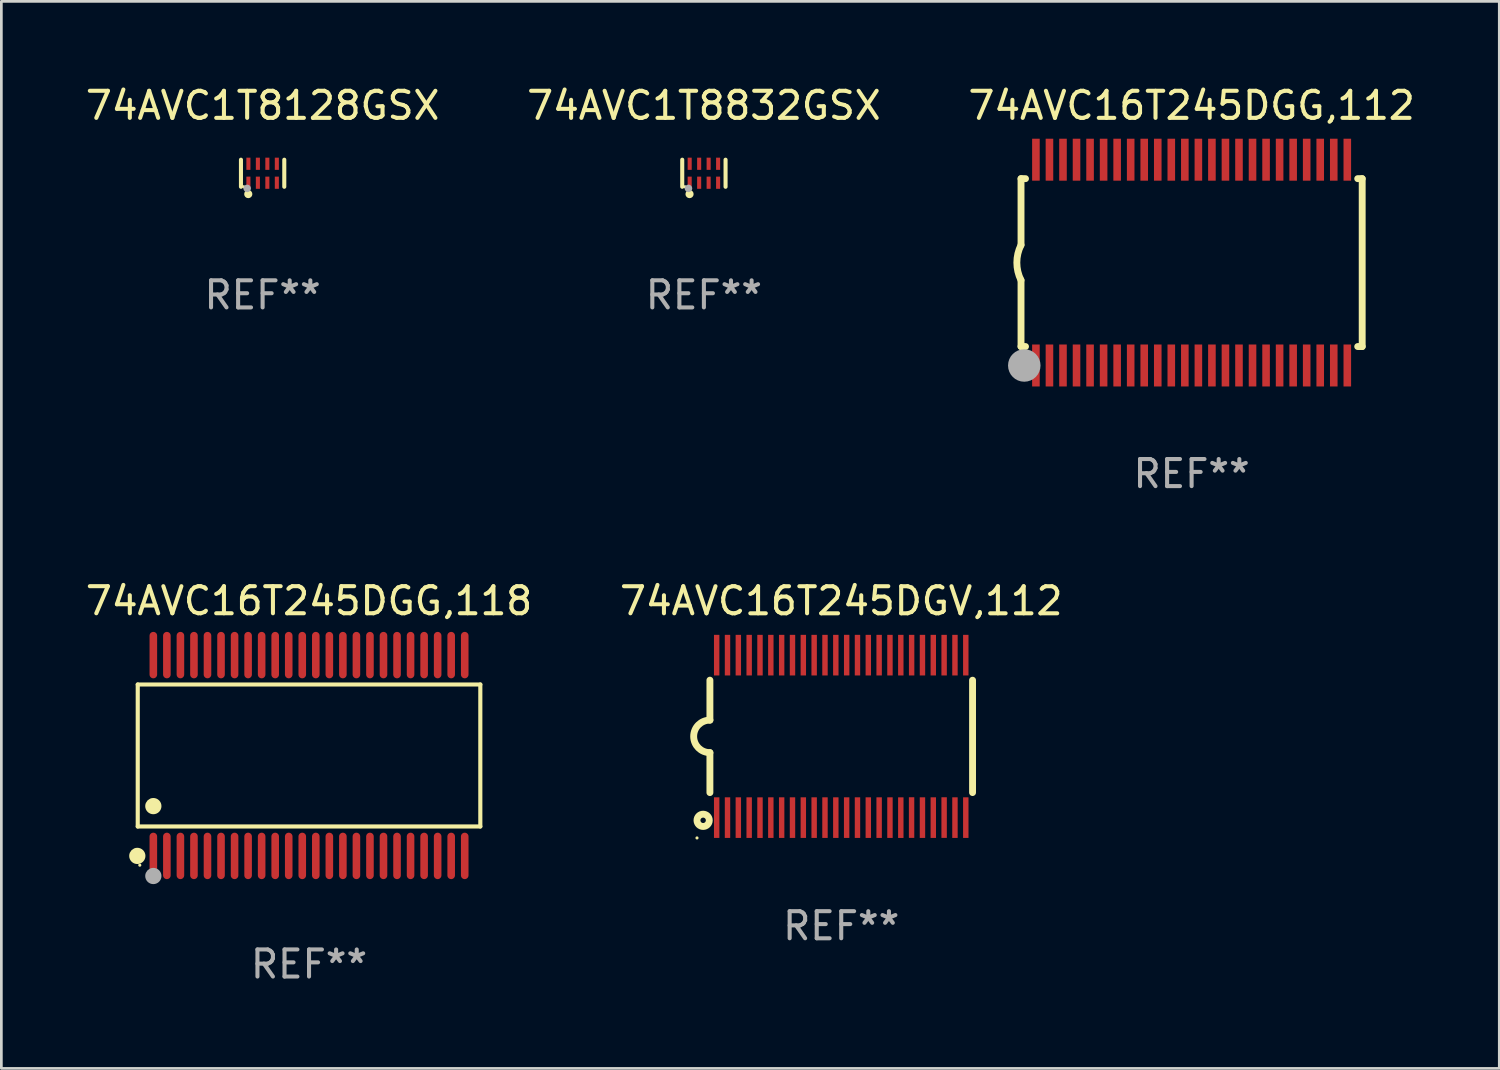
<source format=kicad_pcb>
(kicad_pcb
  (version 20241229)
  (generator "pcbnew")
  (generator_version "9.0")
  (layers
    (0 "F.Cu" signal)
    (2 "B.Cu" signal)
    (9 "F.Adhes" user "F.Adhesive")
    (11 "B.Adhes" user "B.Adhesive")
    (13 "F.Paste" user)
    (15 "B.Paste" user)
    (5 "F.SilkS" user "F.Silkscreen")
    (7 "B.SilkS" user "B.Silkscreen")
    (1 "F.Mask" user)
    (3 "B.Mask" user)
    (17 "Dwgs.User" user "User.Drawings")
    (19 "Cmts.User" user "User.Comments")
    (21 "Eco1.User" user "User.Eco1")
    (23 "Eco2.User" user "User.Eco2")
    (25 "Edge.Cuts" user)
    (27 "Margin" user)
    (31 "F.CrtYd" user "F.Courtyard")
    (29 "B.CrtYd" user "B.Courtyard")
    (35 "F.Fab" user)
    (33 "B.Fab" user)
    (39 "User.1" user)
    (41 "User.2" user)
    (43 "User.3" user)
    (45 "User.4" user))
  (footprint "74AVC16T245DGG,112"
    (layer "F.Cu")
    (at 40.958 6.648)
    (property "Reference" "74AVC16T245DGG,112" (at 0 -5.8 0) (layer "F.SilkS") (effects (font (size 1 1) (thickness 0.15))))
    (attr through_hole)
    (fp_line (start -6.3 -3.1) (end -6.3 -0.65) (stroke (width 0.254) (type solid)) (layer "F.SilkS"))
    (fp_line (start -6.3 -3.1) (end -6.134 -3.1) (stroke (width 0.254) (type solid)) (layer "F.SilkS"))
    (fp_line (start -6.3 3.1) (end -6.3 0.65) (stroke (width 0.254) (type solid)) (layer "F.SilkS"))
    (fp_line (start -6.3 3.1) (end -6.134 3.1) (stroke (width 0.254) (type solid)) (layer "F.SilkS"))
    (fp_line (start 6.134 -3.1) (end 6.3 -3.1) (stroke (width 0.254) (type solid)) (layer "F.SilkS"))
    (fp_line (start 6.134 3.1) (end 6.3 3.1) (stroke (width 0.254) (type solid)) (layer "F.SilkS"))
    (fp_line (start 6.3 -3.1) (end 6.3 3.1) (stroke (width 0.254) (type solid)) (layer "F.SilkS"))
    (fp_arc (start -6.301016 0.650114) (mid -6.45413 -0.000082) (end -6.3 -0.650038) (stroke (width 0.254001) (type solid)) (layer "F.SilkS"))
    (fp_circle (center -6.35 3.81) (end -6.223 3.81) (stroke (width 0.254) (type solid)) (fill no) (layer "F.SilkS"))
    (fp_circle (center -6.25 4.05) (end -6.22 4.05) (stroke (width 0.06) (type solid)) (fill no) (layer "F.SilkS"))
    (fp_circle (center -6.18 3.8) (end -5.88 3.8) (stroke (width 0.6) (type solid)) (fill no) (layer "F.Fab"))
    (fp_text user "REF**" (at 0 7.8 0) (layer "F.Fab") (effects (font (size 1 1) (thickness 0.15))))
    (pad "1" smd rect (at -5.75 3.8) (size 0.28 1.55) (layers "F.Cu" "F.Mask" "F.Paste"))
    (pad "2" smd rect (at -5.25 3.8) (size 0.28 1.55) (layers "F.Cu" "F.Mask" "F.Paste"))
    (pad "3" smd rect (at -4.75 3.8) (size 0.28 1.55) (layers "F.Cu" "F.Mask" "F.Paste"))
    (pad "4" smd rect (at -4.25 3.8) (size 0.28 1.55) (layers "F.Cu" "F.Mask" "F.Paste"))
    (pad "5" smd rect (at -3.75 3.8) (size 0.28 1.55) (layers "F.Cu" "F.Mask" "F.Paste"))
    (pad "6" smd rect (at -3.25 3.8) (size 0.28 1.55) (layers "F.Cu" "F.Mask" "F.Paste"))
    (pad "7" smd rect (at -2.75 3.8) (size 0.28 1.55) (layers "F.Cu" "F.Mask" "F.Paste"))
    (pad "8" smd rect (at -2.25 3.8) (size 0.28 1.55) (layers "F.Cu" "F.Mask" "F.Paste"))
    (pad "9" smd rect (at -1.75 3.8) (size 0.28 1.55) (layers "F.Cu" "F.Mask" "F.Paste"))
    (pad "10" smd rect (at -1.25 3.8) (size 0.28 1.55) (layers "F.Cu" "F.Mask" "F.Paste"))
    (pad "11" smd rect (at -0.75 3.8) (size 0.28 1.55) (layers "F.Cu" "F.Mask" "F.Paste"))
    (pad "12" smd rect (at -0.25 3.8) (size 0.28 1.55) (layers "F.Cu" "F.Mask" "F.Paste"))
    (pad "13" smd rect (at 0.25 3.8) (size 0.28 1.55) (layers "F.Cu" "F.Mask" "F.Paste"))
    (pad "14" smd rect (at 0.75 3.8) (size 0.28 1.55) (layers "F.Cu" "F.Mask" "F.Paste"))
    (pad "15" smd rect (at 1.25 3.8) (size 0.28 1.55) (layers "F.Cu" "F.Mask" "F.Paste"))
    (pad "16" smd rect (at 1.75 3.8) (size 0.28 1.55) (layers "F.Cu" "F.Mask" "F.Paste"))
    (pad "17" smd rect (at 2.25 3.8) (size 0.28 1.55) (layers "F.Cu" "F.Mask" "F.Paste"))
    (pad "18" smd rect (at 2.75 3.8) (size 0.28 1.55) (layers "F.Cu" "F.Mask" "F.Paste"))
    (pad "19" smd rect (at 3.25 3.8) (size 0.28 1.55) (layers "F.Cu" "F.Mask" "F.Paste"))
    (pad "20" smd rect (at 3.75 3.8) (size 0.28 1.55) (layers "F.Cu" "F.Mask" "F.Paste"))
    (pad "21" smd rect (at 4.25 3.8) (size 0.28 1.55) (layers "F.Cu" "F.Mask" "F.Paste"))
    (pad "22" smd rect (at 4.75 3.8) (size 0.28 1.55) (layers "F.Cu" "F.Mask" "F.Paste"))
    (pad "23" smd rect (at 5.25 3.8) (size 0.28 1.55) (layers "F.Cu" "F.Mask" "F.Paste"))
    (pad "24" smd rect (at 5.75 3.8) (size 0.28 1.55) (layers "F.Cu" "F.Mask" "F.Paste"))
    (pad "25" smd rect (at 5.75 -3.8) (size 0.28 1.55) (layers "F.Cu" "F.Mask" "F.Paste"))
    (pad "26" smd rect (at 5.25 -3.8) (size 0.28 1.55) (layers "F.Cu" "F.Mask" "F.Paste"))
    (pad "27" smd rect (at 4.75 -3.8) (size 0.28 1.55) (layers "F.Cu" "F.Mask" "F.Paste"))
    (pad "28" smd rect (at 4.25 -3.8) (size 0.28 1.55) (layers "F.Cu" "F.Mask" "F.Paste"))
    (pad "29" smd rect (at 3.75 -3.8) (size 0.28 1.55) (layers "F.Cu" "F.Mask" "F.Paste"))
    (pad "30" smd rect (at 3.25 -3.8) (size 0.28 1.55) (layers "F.Cu" "F.Mask" "F.Paste"))
    (pad "31" smd rect (at 2.75 -3.8) (size 0.28 1.55) (layers "F.Cu" "F.Mask" "F.Paste"))
    (pad "32" smd rect (at 2.25 -3.8) (size 0.28 1.55) (layers "F.Cu" "F.Mask" "F.Paste"))
    (pad "33" smd rect (at 1.75 -3.8) (size 0.28 1.55) (layers "F.Cu" "F.Mask" "F.Paste"))
    (pad "34" smd rect (at 1.25 -3.8) (size 0.28 1.55) (layers "F.Cu" "F.Mask" "F.Paste"))
    (pad "35" smd rect (at 0.75 -3.8) (size 0.28 1.55) (layers "F.Cu" "F.Mask" "F.Paste"))
    (pad "36" smd rect (at 0.25 -3.8) (size 0.28 1.55) (layers "F.Cu" "F.Mask" "F.Paste"))
    (pad "37" smd rect (at -0.25 -3.8) (size 0.28 1.55) (layers "F.Cu" "F.Mask" "F.Paste"))
    (pad "38" smd rect (at -0.75 -3.8) (size 0.28 1.55) (layers "F.Cu" "F.Mask" "F.Paste"))
    (pad "39" smd rect (at -1.25 -3.8) (size 0.28 1.55) (layers "F.Cu" "F.Mask" "F.Paste"))
    (pad "40" smd rect (at -1.75 -3.8) (size 0.28 1.55) (layers "F.Cu" "F.Mask" "F.Paste"))
    (pad "41" smd rect (at -2.25 -3.8) (size 0.28 1.55) (layers "F.Cu" "F.Mask" "F.Paste"))
    (pad "42" smd rect (at -2.75 -3.8) (size 0.28 1.55) (layers "F.Cu" "F.Mask" "F.Paste"))
    (pad "43" smd rect (at -3.25 -3.8) (size 0.28 1.55) (layers "F.Cu" "F.Mask" "F.Paste"))
    (pad "44" smd rect (at -3.75 -3.8) (size 0.28 1.55) (layers "F.Cu" "F.Mask" "F.Paste"))
    (pad "45" smd rect (at -4.25 -3.8) (size 0.28 1.55) (layers "F.Cu" "F.Mask" "F.Paste"))
    (pad "46" smd rect (at -4.75 -3.8) (size 0.28 1.55) (layers "F.Cu" "F.Mask" "F.Paste"))
    (pad "47" smd rect (at -5.25 -3.8) (size 0.28 1.55) (layers "F.Cu" "F.Mask" "F.Paste"))
    (pad "48" smd rect (at -5.75 -3.8) (size 0.28 1.55) (layers "F.Cu" "F.Mask" "F.Paste")))
  (footprint "74AVC1T8128GSX"
    (layer "F.Cu")
    (at 6.649 3.348)
    (property "Reference" "74AVC1T8128GSX" (at 0 -2.5 0) (layer "F.SilkS") (effects (font (size 1 1) (thickness 0.15))))
    (attr through_hole)
    (fp_line (start -0.8 -0.5) (end -0.8 0.5) (stroke (width 0.15) (type solid)) (layer "F.SilkS"))
    (fp_line (start 0.8 -0.5) (end 0.8 0.5) (stroke (width 0.15) (type solid)) (layer "F.SilkS"))
    (fp_circle (center -0.7 0.5) (end -0.67 0.5) (stroke (width 0.06) (type solid)) (fill no) (layer "F.SilkS"))
    (fp_circle (center -0.53 0.77) (end -0.454 0.77) (stroke (width 0.15) (type solid)) (fill no) (layer "F.SilkS"))
    (fp_circle (center -0.57 0.56) (end -0.5 0.56) (stroke (width 0.14) (type solid)) (fill no) (layer "F.Fab"))
    (fp_text user "REF**" (at 0 4.5 0) (layer "F.Fab") (effects (font (size 1 1) (thickness 0.15))))
    (pad "1" smd rect (at -0.525 0.35) (size 0.15 0.45) (layers "F.Cu" "F.Mask" "F.Paste"))
    (pad "2" smd rect (at -0.175 0.35) (size 0.15 0.45) (layers "F.Cu" "F.Mask" "F.Paste"))
    (pad "3" smd rect (at 0.175 0.35) (size 0.15 0.45) (layers "F.Cu" "F.Mask" "F.Paste"))
    (pad "4" smd rect (at 0.525 0.35) (size 0.15 0.45) (layers "F.Cu" "F.Mask" "F.Paste"))
    (pad "5" smd rect (at 0.525 -0.35) (size 0.15 0.45) (layers "F.Cu" "F.Mask" "F.Paste"))
    (pad "6" smd rect (at 0.175 -0.35) (size 0.15 0.45) (layers "F.Cu" "F.Mask" "F.Paste"))
    (pad "7" smd rect (at -0.175 -0.35) (size 0.15 0.45) (layers "F.Cu" "F.Mask" "F.Paste"))
    (pad "8" smd rect (at -0.525 -0.35) (size 0.15 0.45) (layers "F.Cu" "F.Mask" "F.Paste")))
  (footprint "74AVC1T8832GSX"
    (layer "F.Cu")
    (at 22.946 3.348)
    (property "Reference" "74AVC1T8832GSX" (at 0 -2.5 0) (layer "F.SilkS") (effects (font (size 1 1) (thickness 0.15))))
    (attr through_hole)
    (fp_line (start -0.8 -0.5) (end -0.8 0.5) (stroke (width 0.15) (type solid)) (layer "F.SilkS"))
    (fp_line (start 0.8 -0.5) (end 0.8 0.5) (stroke (width 0.15) (type solid)) (layer "F.SilkS"))
    (fp_circle (center -0.7 0.5) (end -0.67 0.5) (stroke (width 0.06) (type solid)) (fill no) (layer "F.SilkS"))
    (fp_circle (center -0.53 0.77) (end -0.454 0.77) (stroke (width 0.15) (type solid)) (fill no) (layer "F.SilkS"))
    (fp_circle (center -0.57 0.56) (end -0.5 0.56) (stroke (width 0.14) (type solid)) (fill no) (layer "F.Fab"))
    (fp_text user "REF**" (at 0 4.5 0) (layer "F.Fab") (effects (font (size 1 1) (thickness 0.15))))
    (pad "1" smd rect (at -0.525 0.35) (size 0.15 0.45) (layers "F.Cu" "F.Mask" "F.Paste"))
    (pad "2" smd rect (at -0.175 0.35) (size 0.15 0.45) (layers "F.Cu" "F.Mask" "F.Paste"))
    (pad "3" smd rect (at 0.175 0.35) (size 0.15 0.45) (layers "F.Cu" "F.Mask" "F.Paste"))
    (pad "4" smd rect (at 0.525 0.35) (size 0.15 0.45) (layers "F.Cu" "F.Mask" "F.Paste"))
    (pad "5" smd rect (at 0.525 -0.35) (size 0.15 0.45) (layers "F.Cu" "F.Mask" "F.Paste"))
    (pad "6" smd rect (at 0.175 -0.35) (size 0.15 0.45) (layers "F.Cu" "F.Mask" "F.Paste"))
    (pad "7" smd rect (at -0.175 -0.35) (size 0.15 0.45) (layers "F.Cu" "F.Mask" "F.Paste"))
    (pad "8" smd rect (at -0.525 -0.35) (size 0.15 0.45) (layers "F.Cu" "F.Mask" "F.Paste")))
  (footprint "74AVC16T245DGV,112"
    (layer "F.Cu")
    (at 28.018 24.146)
    (property "Reference" "74AVC16T245DGV,112" (at 0 -5.001 0) (layer "F.SilkS") (effects (font (size 1 1) (thickness 0.15))))
    (attr through_hole)
    (fp_line (start -4.85 -2.076) (end -4.85 -0.6) (stroke (width 0.254) (type solid)) (layer "F.SilkS"))
    (fp_line (start -4.85 2.076) (end -4.85 0.6) (stroke (width 0.254) (type solid)) (layer "F.SilkS"))
    (fp_line (start 4.85 -2.075) (end 4.85 2.075) (stroke (width 0.254) (type solid)) (layer "F.SilkS"))
    (fp_arc (start -4.850013 0.6) (mid -5.449099 -0.0008) (end -4.848869 -0.600457) (stroke (width 0.254001) (type solid)) (layer "F.SilkS"))
    (fp_circle (center -5.327 3.751) (end -5.297 3.751) (stroke (width 0.06) (type solid)) (fill no) (layer "F.SilkS"))
    (fp_circle (center -5.1 3.1) (end -5 3.1) (stroke (width 0.254) (type solid)) (fill no) (layer "F.SilkS"))
    (fp_text user "REF**" (at 0 7.001 0) (layer "F.Fab") (effects (font (size 1 1) (thickness 0.15))))
    (pad "1" smd rect (at -4.6 3) (size 0.2 1.5) (layers "F.Cu" "F.Mask" "F.Paste"))
    (pad "2" smd rect (at -4.2 3) (size 0.2 1.5) (layers "F.Cu" "F.Mask" "F.Paste"))
    (pad "3" smd rect (at -3.8 3) (size 0.2 1.5) (layers "F.Cu" "F.Mask" "F.Paste"))
    (pad "4" smd rect (at -3.4 3) (size 0.2 1.5) (layers "F.Cu" "F.Mask" "F.Paste"))
    (pad "5" smd rect (at -3 3.001) (size 0.2 1.5) (layers "F.Cu" "F.Mask" "F.Paste"))
    (pad "6" smd rect (at -2.6 3) (size 0.2 1.5) (layers "F.Cu" "F.Mask" "F.Paste"))
    (pad "7" smd rect (at -2.2 3) (size 0.2 1.5) (layers "F.Cu" "F.Mask" "F.Paste"))
    (pad "8" smd rect (at -1.8 3) (size 0.2 1.5) (layers "F.Cu" "F.Mask" "F.Paste"))
    (pad "9" smd rect (at -1.4 3) (size 0.2 1.5) (layers "F.Cu" "F.Mask" "F.Paste"))
    (pad "10" smd rect (at -1 3) (size 0.2 1.5) (layers "F.Cu" "F.Mask" "F.Paste"))
    (pad "11" smd rect (at -0.6 3) (size 0.2 1.5) (layers "F.Cu" "F.Mask" "F.Paste"))
    (pad "12" smd rect (at -0.2 3) (size 0.2 1.5) (layers "F.Cu" "F.Mask" "F.Paste"))
    (pad "13" smd rect (at 0.2 3) (size 0.2 1.5) (layers "F.Cu" "F.Mask" "F.Paste"))
    (pad "14" smd rect (at 0.6 3) (size 0.2 1.5) (layers "F.Cu" "F.Mask" "F.Paste"))
    (pad "15" smd rect (at 1 3) (size 0.2 1.5) (layers "F.Cu" "F.Mask" "F.Paste"))
    (pad "16" smd rect (at 1.4 3) (size 0.2 1.5) (layers "F.Cu" "F.Mask" "F.Paste"))
    (pad "17" smd rect (at 1.8 3) (size 0.2 1.5) (layers "F.Cu" "F.Mask" "F.Paste"))
    (pad "18" smd rect (at 2.2 3.001) (size 0.2 1.5) (layers "F.Cu" "F.Mask" "F.Paste"))
    (pad "19" smd rect (at 2.598 2.998) (size 0.2 1.5) (layers "F.Cu" "F.Mask" "F.Paste"))
    (pad "20" smd rect (at 3 3) (size 0.2 1.5) (layers "F.Cu" "F.Mask" "F.Paste"))
    (pad "21" smd rect (at 3.4 3) (size 0.2 1.5) (layers "F.Cu" "F.Mask" "F.Paste"))
    (pad "22" smd rect (at 3.8 2.998) (size 0.2 1.5) (layers "F.Cu" "F.Mask" "F.Paste"))
    (pad "23" smd rect (at 4.2 3) (size 0.2 1.5) (layers "F.Cu" "F.Mask" "F.Paste"))
    (pad "24" smd rect (at 4.6 3) (size 0.2 1.5) (layers "F.Cu" "F.Mask" "F.Paste"))
    (pad "25" smd rect (at 4.6 -3) (size 0.2 1.5) (layers "F.Cu" "F.Mask" "F.Paste"))
    (pad "26" smd rect (at 4.2 -3) (size 0.2 1.5) (layers "F.Cu" "F.Mask" "F.Paste"))
    (pad "27" smd rect (at 3.8 -3) (size 0.2 1.5) (layers "F.Cu" "F.Mask" "F.Paste"))
    (pad "28" smd rect (at 3.4 -3) (size 0.2 1.5) (layers "F.Cu" "F.Mask" "F.Paste"))
    (pad "29" smd rect (at 3 -3) (size 0.2 1.5) (layers "F.Cu" "F.Mask" "F.Paste"))
    (pad "30" smd rect (at 2.6 -3) (size 0.2 1.5) (layers "F.Cu" "F.Mask" "F.Paste"))
    (pad "31" smd rect (at 2.2 -3) (size 0.2 1.5) (layers "F.Cu" "F.Mask" "F.Paste"))
    (pad "32" smd rect (at 1.8 -3) (size 0.2 1.5) (layers "F.Cu" "F.Mask" "F.Paste"))
    (pad "33" smd rect (at 1.4 -3) (size 0.2 1.5) (layers "F.Cu" "F.Mask" "F.Paste"))
    (pad "34" smd rect (at 1 -3) (size 0.2 1.5) (layers "F.Cu" "F.Mask" "F.Paste"))
    (pad "35" smd rect (at 0.6 -3) (size 0.2 1.5) (layers "F.Cu" "F.Mask" "F.Paste"))
    (pad "36" smd rect (at 0.201 -3.001) (size 0.2 1.5) (layers "F.Cu" "F.Mask" "F.Paste"))
    (pad "37" smd rect (at -0.2 -3) (size 0.2 1.5) (layers "F.Cu" "F.Mask" "F.Paste"))
    (pad "38" smd rect (at -0.6 -3) (size 0.2 1.5) (layers "F.Cu" "F.Mask" "F.Paste"))
    (pad "39" smd rect (at -1 -3) (size 0.2 1.5) (layers "F.Cu" "F.Mask" "F.Paste"))
    (pad "40" smd rect (at -1.4 -3) (size 0.2 1.5) (layers "F.Cu" "F.Mask" "F.Paste"))
    (pad "41" smd rect (at -1.8 -3) (size 0.2 1.5) (layers "F.Cu" "F.Mask" "F.Paste"))
    (pad "42" smd rect (at -2.2 -3) (size 0.2 1.5) (layers "F.Cu" "F.Mask" "F.Paste"))
    (pad "43" smd rect (at -2.6 -3) (size 0.2 1.5) (layers "F.Cu" "F.Mask" "F.Paste"))
    (pad "44" smd rect (at -3 -3) (size 0.2 1.5) (layers "F.Cu" "F.Mask" "F.Paste"))
    (pad "45" smd rect (at -3.4 -3) (size 0.2 1.5) (layers "F.Cu" "F.Mask" "F.Paste"))
    (pad "46" smd rect (at -3.8 -3) (size 0.2 1.5) (layers "F.Cu" "F.Mask" "F.Paste"))
    (pad "47" smd rect (at -4.2 -3) (size 0.2 1.5) (layers "F.Cu" "F.Mask" "F.Paste"))
    (pad "48" smd rect (at -4.6 -3) (size 0.2 1.5) (layers "F.Cu" "F.Mask" "F.Paste")))
  (footprint "74AVC16T245DGG,118"
    (layer "F.Cu")
    (at 8.363 24.852)
    (property "Reference" "74AVC16T245DGG,118" (at 0 -5.708 0) (layer "F.SilkS") (effects (font (size 1 1) (thickness 0.15))))
    (attr through_hole)
    (fp_line (start -6.326 -2.622) (end 6.326 -2.622) (stroke (width 0.152) (type solid)) (layer "F.SilkS"))
    (fp_line (start -6.326 2.621) (end -6.326 -2.622) (stroke (width 0.152) (type solid)) (layer "F.SilkS"))
    (fp_line (start 6.326 -2.622) (end 6.326 2.621) (stroke (width 0.152) (type solid)) (layer "F.SilkS"))
    (fp_line (start 6.326 2.621) (end -6.326 2.621) (stroke (width 0.152) (type solid)) (layer "F.SilkS"))
    (fp_circle (center -6.342 3.708) (end -6.192 3.708) (stroke (width 0.3) (type solid)) (fill no) (layer "F.SilkS"))
    (fp_circle (center -6.25 4.05) (end -6.22 4.05) (stroke (width 0.06) (type solid)) (fill no) (layer "F.SilkS"))
    (fp_circle (center -5.75 1.869) (end -5.6 1.869) (stroke (width 0.3) (type solid)) (fill no) (layer "F.SilkS"))
    (fp_circle (center -5.75 4.45) (end -5.6 4.45) (stroke (width 0.3) (type solid)) (fill no) (layer "F.Fab"))
    (fp_text user "REF**" (at 0 7.708 0) (layer "F.Fab") (effects (font (size 1 1) (thickness 0.15))))
    (pad "1" smd oval (at -5.75 3.708) (size 0.28 1.715) (layers "F.Cu" "F.Mask" "F.Paste"))
    (pad "2" smd oval (at -5.25 3.708) (size 0.28 1.715) (layers "F.Cu" "F.Mask" "F.Paste"))
    (pad "3" smd oval (at -4.75 3.708) (size 0.28 1.715) (layers "F.Cu" "F.Mask" "F.Paste"))
    (pad "4" smd oval (at -4.25 3.708) (size 0.28 1.715) (layers "F.Cu" "F.Mask" "F.Paste"))
    (pad "5" smd oval (at -3.75 3.708) (size 0.28 1.715) (layers "F.Cu" "F.Mask" "F.Paste"))
    (pad "6" smd oval (at -3.25 3.708) (size 0.28 1.715) (layers "F.Cu" "F.Mask" "F.Paste"))
    (pad "7" smd oval (at -2.75 3.708) (size 0.28 1.715) (layers "F.Cu" "F.Mask" "F.Paste"))
    (pad "8" smd oval (at -2.25 3.708) (size 0.28 1.715) (layers "F.Cu" "F.Mask" "F.Paste"))
    (pad "9" smd oval (at -1.75 3.708) (size 0.28 1.715) (layers "F.Cu" "F.Mask" "F.Paste"))
    (pad "10" smd oval (at -1.25 3.708) (size 0.28 1.715) (layers "F.Cu" "F.Mask" "F.Paste"))
    (pad "11" smd oval (at -0.75 3.708) (size 0.28 1.715) (layers "F.Cu" "F.Mask" "F.Paste"))
    (pad "12" smd oval (at -0.25 3.708) (size 0.28 1.715) (layers "F.Cu" "F.Mask" "F.Paste"))
    (pad "13" smd oval (at 0.25 3.708) (size 0.28 1.715) (layers "F.Cu" "F.Mask" "F.Paste"))
    (pad "14" smd oval (at 0.75 3.708) (size 0.28 1.715) (layers "F.Cu" "F.Mask" "F.Paste"))
    (pad "15" smd oval (at 1.25 3.708) (size 0.28 1.715) (layers "F.Cu" "F.Mask" "F.Paste"))
    (pad "16" smd oval (at 1.75 3.708) (size 0.28 1.715) (layers "F.Cu" "F.Mask" "F.Paste"))
    (pad "17" smd oval (at 2.25 3.708) (size 0.28 1.715) (layers "F.Cu" "F.Mask" "F.Paste"))
    (pad "18" smd oval (at 2.75 3.708) (size 0.28 1.715) (layers "F.Cu" "F.Mask" "F.Paste"))
    (pad "19" smd oval (at 3.25 3.708) (size 0.28 1.715) (layers "F.Cu" "F.Mask" "F.Paste"))
    (pad "20" smd oval (at 3.75 3.708) (size 0.28 1.715) (layers "F.Cu" "F.Mask" "F.Paste"))
    (pad "21" smd oval (at 4.25 3.708) (size 0.28 1.715) (layers "F.Cu" "F.Mask" "F.Paste"))
    (pad "22" smd oval (at 4.75 3.708) (size 0.28 1.715) (layers "F.Cu" "F.Mask" "F.Paste"))
    (pad "23" smd oval (at 5.25 3.708) (size 0.28 1.715) (layers "F.Cu" "F.Mask" "F.Paste"))
    (pad "24" smd oval (at 5.75 3.708) (size 0.28 1.715) (layers "F.Cu" "F.Mask" "F.Paste"))
    (pad "25" smd oval (at 5.75 -3.708) (size 0.28 1.715) (layers "F.Cu" "F.Mask" "F.Paste"))
    (pad "26" smd oval (at 5.25 -3.708) (size 0.28 1.715) (layers "F.Cu" "F.Mask" "F.Paste"))
    (pad "27" smd oval (at 4.75 -3.708) (size 0.28 1.715) (layers "F.Cu" "F.Mask" "F.Paste"))
    (pad "28" smd oval (at 4.25 -3.708) (size 0.28 1.715) (layers "F.Cu" "F.Mask" "F.Paste"))
    (pad "29" smd oval (at 3.75 -3.708) (size 0.28 1.715) (layers "F.Cu" "F.Mask" "F.Paste"))
    (pad "30" smd oval (at 3.25 -3.708) (size 0.28 1.715) (layers "F.Cu" "F.Mask" "F.Paste"))
    (pad "31" smd oval (at 2.75 -3.708) (size 0.28 1.715) (layers "F.Cu" "F.Mask" "F.Paste"))
    (pad "32" smd oval (at 2.25 -3.708) (size 0.28 1.715) (layers "F.Cu" "F.Mask" "F.Paste"))
    (pad "33" smd oval (at 1.75 -3.708) (size 0.28 1.715) (layers "F.Cu" "F.Mask" "F.Paste"))
    (pad "34" smd oval (at 1.25 -3.708) (size 0.28 1.715) (layers "F.Cu" "F.Mask" "F.Paste"))
    (pad "35" smd oval (at 0.75 -3.708) (size 0.28 1.715) (layers "F.Cu" "F.Mask" "F.Paste"))
    (pad "36" smd oval (at 0.25 -3.708) (size 0.28 1.715) (layers "F.Cu" "F.Mask" "F.Paste"))
    (pad "37" smd oval (at -0.25 -3.708) (size 0.28 1.715) (layers "F.Cu" "F.Mask" "F.Paste"))
    (pad "38" smd oval (at -0.75 -3.708) (size 0.28 1.715) (layers "F.Cu" "F.Mask" "F.Paste"))
    (pad "39" smd oval (at -1.25 -3.708) (size 0.28 1.715) (layers "F.Cu" "F.Mask" "F.Paste"))
    (pad "40" smd oval (at -1.75 -3.708) (size 0.28 1.715) (layers "F.Cu" "F.Mask" "F.Paste"))
    (pad "41" smd oval (at -2.25 -3.708) (size 0.28 1.715) (layers "F.Cu" "F.Mask" "F.Paste"))
    (pad "42" smd oval (at -2.75 -3.708) (size 0.28 1.715) (layers "F.Cu" "F.Mask" "F.Paste"))
    (pad "43" smd oval (at -3.25 -3.708) (size 0.28 1.715) (layers "F.Cu" "F.Mask" "F.Paste"))
    (pad "44" smd oval (at -3.75 -3.708) (size 0.28 1.715) (layers "F.Cu" "F.Mask" "F.Paste"))
    (pad "45" smd oval (at -4.25 -3.708) (size 0.28 1.715) (layers "F.Cu" "F.Mask" "F.Paste"))
    (pad "46" smd oval (at -4.75 -3.708) (size 0.28 1.715) (layers "F.Cu" "F.Mask" "F.Paste"))
    (pad "47" smd oval (at -5.25 -3.708) (size 0.28 1.715) (layers "F.Cu" "F.Mask" "F.Paste"))
    (pad "48" smd oval (at -5.75 -3.708) (size 0.28 1.715) (layers "F.Cu" "F.Mask" "F.Paste")))
  (gr_rect
    (start -3 -3)
    (end 52.321 36.408)
    (stroke (width 0.1) (type default))
    (fill no)
    (layer "Edge.Cuts")))
</source>
